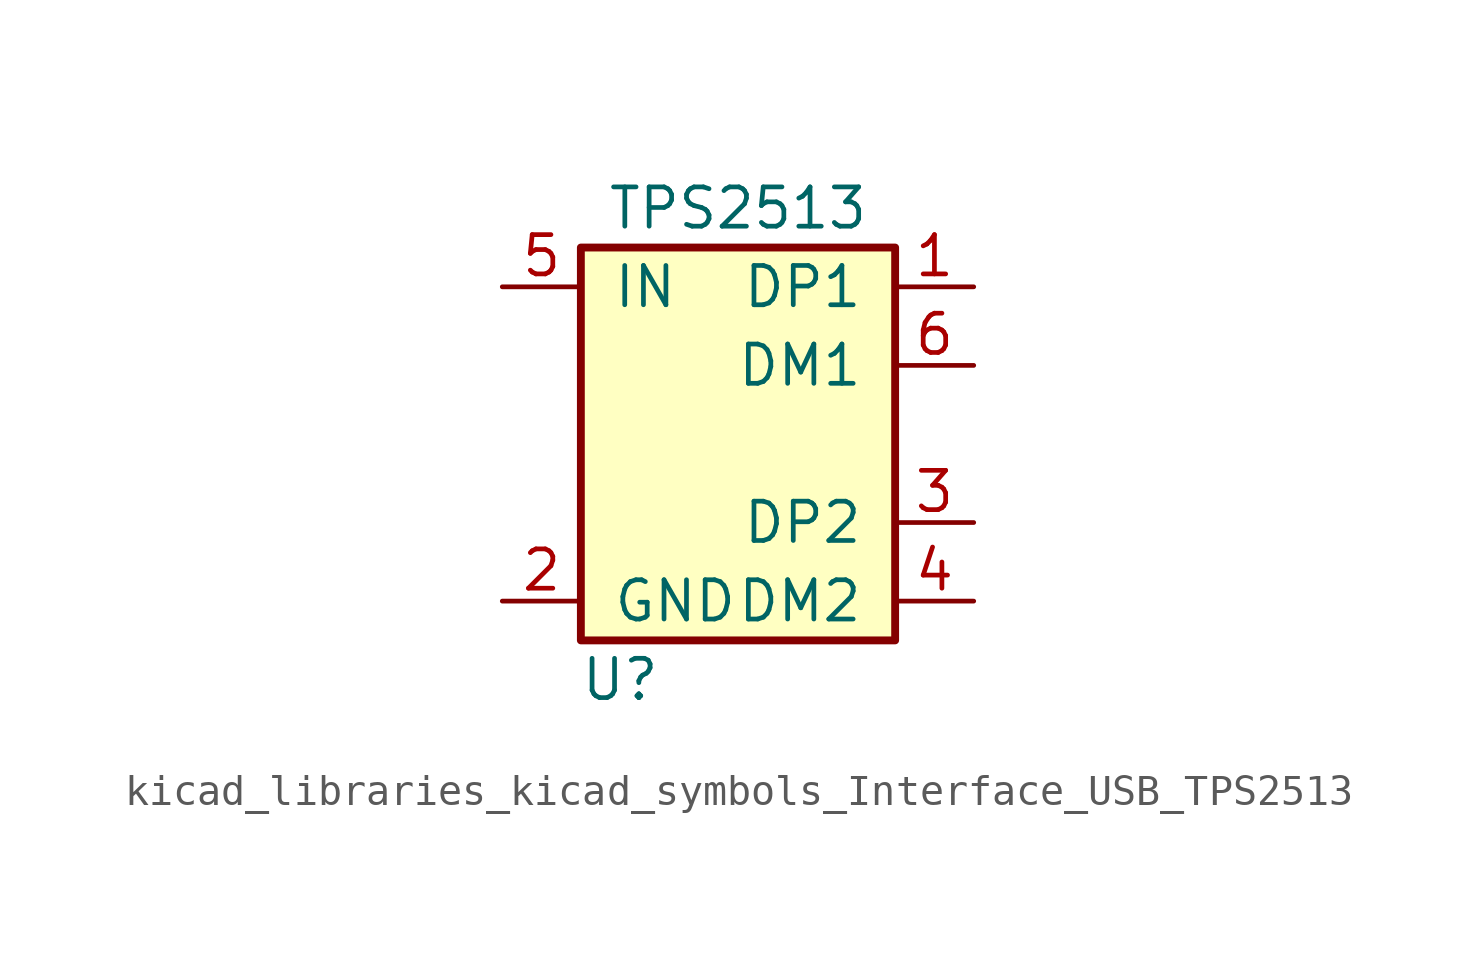
<source format=kicad_sym>
(kicad_symbol_lib
  (version 20220914)
  (generator kicad_symbol_editor)
  (symbol "kicad_libraries_kicad_symbols_Interface_USB_TPS2513"
    (pin_names
      (offset 1.016))
    (property "Reference" "U"
      (at -3.81 -7.62 0)
      (effects (font (size 1.27 1.27))))
    (property "Value" "TPS2513"
      (at 0 7.62 0)
      (effects (font (size 1.27 1.27))))
    (symbol "kicad_libraries_kicad_symbols_Interface_USB_TPS2513_0_1"
      (rectangle (start -5.08 6.35) (end 5.08 -6.35) (stroke (width 0.254) (type default)) (fill (type background))))
    (symbol "kicad_libraries_kicad_symbols_Interface_USB_TPS2513_1_1"
      (pin input line (at 7.62 5.08 180) (length 2.54) (name "DP1" (effects (font (size 1.27 1.27)))) (number "1" (effects (font (size 1.27 1.27)))))
      (pin power_in line (at -7.62 -5.08 0) (length 2.54) (name "GND" (effects (font (size 1.27 1.27)))) (number "2" (effects (font (size 1.27 1.27)))))
      (pin input line (at 7.62 -2.54 180) (length 2.54) (name "DP2" (effects (font (size 1.27 1.27)))) (number "3" (effects (font (size 1.27 1.27)))))
      (pin input line (at 7.62 -5.08 180) (length 2.54) (name "DM2" (effects (font (size 1.27 1.27)))) (number "4" (effects (font (size 1.27 1.27)))))
      (pin power_in line (at -7.62 5.08 0) (length 2.54) (name "IN" (effects (font (size 1.27 1.27)))) (number "5" (effects (font (size 1.27 1.27)))))
      (pin input line (at 7.62 2.54 180) (length 2.54) (name "DM1" (effects (font (size 1.27 1.27)))) (number "6" (effects (font (size 1.27 1.27))))))))
</source>
